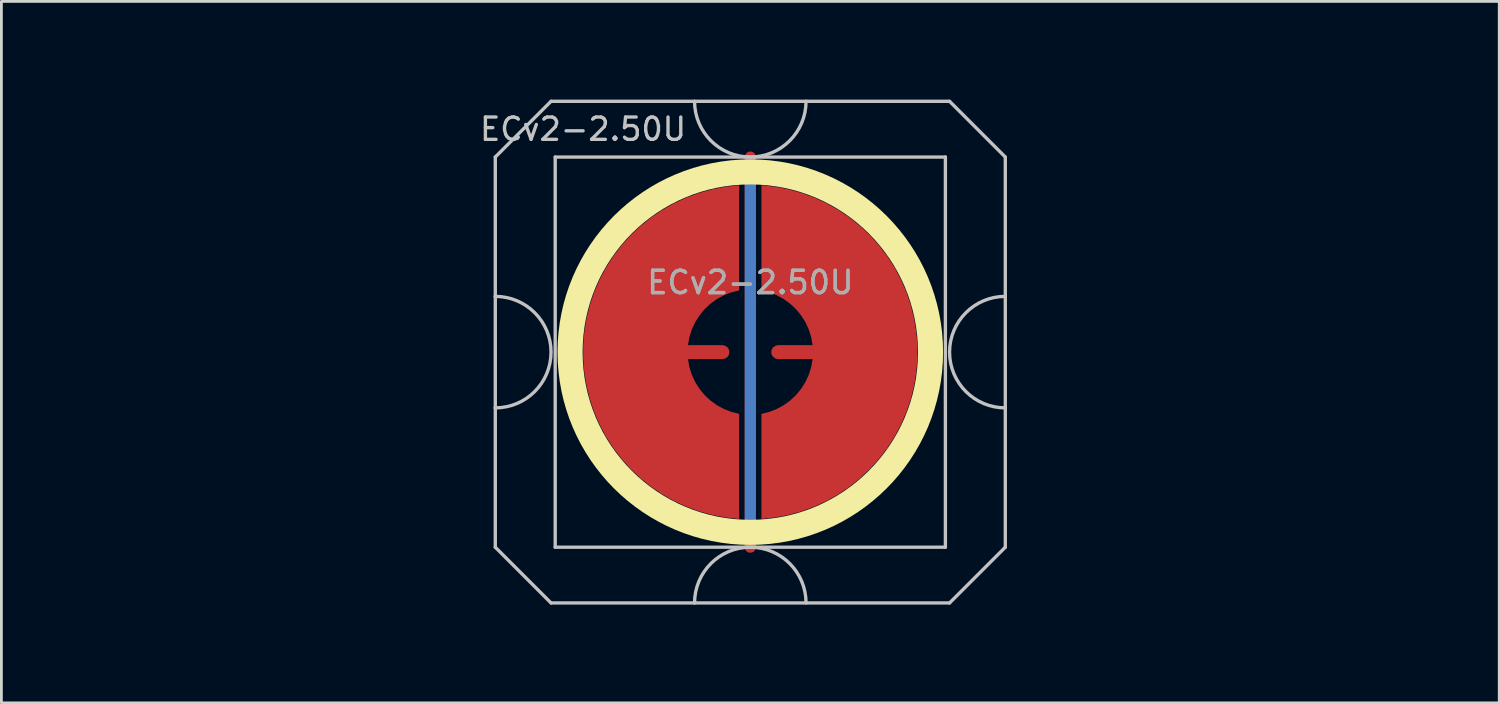
<source format=kicad_pcb>
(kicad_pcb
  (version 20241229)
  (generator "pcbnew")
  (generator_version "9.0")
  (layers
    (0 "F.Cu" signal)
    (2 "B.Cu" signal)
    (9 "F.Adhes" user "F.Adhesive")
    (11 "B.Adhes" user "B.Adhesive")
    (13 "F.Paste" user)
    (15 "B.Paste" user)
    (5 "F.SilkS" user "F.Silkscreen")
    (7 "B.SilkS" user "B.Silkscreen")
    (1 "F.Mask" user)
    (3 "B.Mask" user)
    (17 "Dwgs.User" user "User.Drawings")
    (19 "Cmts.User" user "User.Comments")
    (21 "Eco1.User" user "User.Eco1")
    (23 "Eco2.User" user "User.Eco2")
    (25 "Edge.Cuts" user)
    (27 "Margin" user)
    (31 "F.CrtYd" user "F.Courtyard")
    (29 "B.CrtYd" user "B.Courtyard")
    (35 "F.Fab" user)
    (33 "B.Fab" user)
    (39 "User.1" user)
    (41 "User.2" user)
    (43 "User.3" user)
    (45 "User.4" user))
  (footprint "ECv2-2.50U"
    (layer "F.Cu")
    (at 23.872 9.585)
    (property "Reference" "ECv2-2.50U" (at -6 -8 0) (layer "Dwgs.User") (effects (font (size 0.8 0.8) (thickness 0.12))))
    (attr smd exclude_from_pos_files exclude_from_bom)
    (fp_circle (center 0 0) (end 6.467 0) (stroke (width 0.9) (type solid)) (fill no) (layer "F.SilkS"))
    (fp_line (start -9.15 -7) (end -9.15 -2) (stroke (width 0.12) (type solid)) (layer "Dwgs.User"))
    (fp_line (start -9.15 -2) (end -9.15 2) (stroke (width 0.12) (type solid)) (layer "Dwgs.User"))
    (fp_line (start -9.15 2) (end -9.15 7) (stroke (width 0.12) (type solid)) (layer "Dwgs.User"))
    (fp_line (start -9.15 7) (end -7.15 9) (stroke (width 0.12) (type solid)) (layer "Dwgs.User"))
    (fp_line (start -7.15 -9) (end -9.15 -7) (stroke (width 0.12) (type solid)) (layer "Dwgs.User"))
    (fp_line (start -7.15 9) (end 7.15 9) (stroke (width 0.12) (type solid)) (layer "Dwgs.User"))
    (fp_line (start -7 -7) (end -7 7) (stroke (width 0.12) (type solid)) (layer "Dwgs.User"))
    (fp_line (start -7 7) (end 7 7) (stroke (width 0.12) (type solid)) (layer "Dwgs.User"))
    (fp_line (start 7 -7) (end -7 -7) (stroke (width 0.12) (type solid)) (layer "Dwgs.User"))
    (fp_line (start 7 7) (end 7 -7) (stroke (width 0.12) (type solid)) (layer "Dwgs.User"))
    (fp_line (start 7.15 -9) (end -7.15 -9) (stroke (width 0.12) (type solid)) (layer "Dwgs.User"))
    (fp_line (start 7.15 -9) (end 9.15 -7) (stroke (width 0.12) (type solid)) (layer "Dwgs.User"))
    (fp_line (start 7.15 9) (end 9.15 7) (stroke (width 0.12) (type solid)) (layer "Dwgs.User"))
    (fp_line (start 9.15 -2) (end 9.15 -7) (stroke (width 0.12) (type solid)) (layer "Dwgs.User"))
    (fp_line (start 9.15 -2) (end 9.15 2) (stroke (width 0.12) (type solid)) (layer "Dwgs.User"))
    (fp_line (start 9.15 7) (end 9.15 2) (stroke (width 0.12) (type solid)) (layer "Dwgs.User"))
    (fp_arc (start -9.15 -2) (mid -7.15 0) (end -9.15 2) (stroke (width 0.12) (type solid)) (layer "Dwgs.User"))
    (fp_arc (start -2 9) (mid 0 7) (end 2 9) (stroke (width 0.12) (type solid)) (layer "Dwgs.User"))
    (fp_arc (start 2 -9) (mid 0 -7) (end -2 -9) (stroke (width 0.12) (type solid)) (layer "Dwgs.User"))
    (fp_arc (start 9.15 2) (mid 7.15 0) (end 9.15 -2) (stroke (width 0.12) (type solid)) (layer "Dwgs.User"))
    (fp_line (start -23.812 -9.525) (end -23.812 9.525) (stroke (width 0.12) (type solid)) (layer "User.2"))
    (fp_line (start -23.812 -9.525) (end 23.812 -9.525) (stroke (width 0.12) (type solid)) (layer "User.2"))
    (fp_line (start -23.812 9.525) (end 23.812 9.525) (stroke (width 0.12) (type solid)) (layer "User.2"))
    (fp_line (start 23.812 -9.525) (end 23.812 9.525) (stroke (width 0.12) (type solid)) (layer "User.2"))
    (fp_text user "${REFERENCE}" (at 0 -2.5 0) (layer "F.Fab") (effects (font (size 0.8 0.8) (thickness 0.12))))
    (fp_text user "${REFERENCE}" (at 0 -2.5 0) (layer "F.Fab") (effects (font (size 0.8 0.8) (thickness 0.12))))
    (pad "1" smd custom (at -1 0) (size 0.4 0.4) (layers "F.Cu") (options (anchor circle)) (primitives (gr_poly (pts (xy 0.6 -2.214) (xy 0.32 -2.145) (xy 0.052 -2.041) (xy -0.201 -1.903) (xy -0.434 -1.734) (xy -0.644 -1.536) (xy -0.826 -1.314) (xy -0.979 -1.07) (xy -1.1 -0.808) (xy -1.186 -0.534) (xy -1.236 -0.25) (xy 0 -0.25) (xy 0.096 -0.231) (xy 0.177 -0.177) (xy 0.231 -0.096) (xy 0.25 0) (xy 0.231 0.096) (xy 0.177 0.177) (xy 0.096 0.231) (xy 0 0.25) (xy -1.236 0.25) (xy -1.186 0.534) (xy -1.1 0.808) (xy -0.979 1.07) (xy -0.826 1.314) (xy -0.644 1.536) (xy -0.434 1.734) (xy -0.201 1.903) (xy 0.052 2.041) (xy 0.32 2.145) (xy 0.6 2.214) (xy 0.6 5.987) (xy 0.115 5.934) (xy -0.364 5.843) (xy -0.834 5.713) (xy -1.292 5.545) (xy -1.735 5.341) (xy -2.159 5.101) (xy -2.563 4.827) (xy -2.943 4.522) (xy -3.298 4.187) (xy -3.623 3.824) (xy -3.919 3.436) (xy -4.182 3.025) (xy -4.41 2.594) (xy -4.603 2.147) (xy -4.759 1.684) (xy -4.876 1.211) (xy -4.955 0.73) (xy -4.995 0.244) (xy -4.995 -0.244) (xy -4.955 -0.73) (xy -4.876 -1.211) (xy -4.759 -1.684) (xy -4.603 -2.147) (xy -4.41 -2.594) (xy -4.182 -3.025) (xy -3.919 -3.436) (xy -3.623 -3.824) (xy -3.298 -4.187) (xy -2.943 -4.522) (xy -2.563 -4.827) (xy -2.159 -5.101) (xy -1.735 -5.341) (xy -1.292 -5.545) (xy -0.834 -5.713) (xy -0.364 -5.843) (xy 0.115 -5.934) (xy 0.6 -5.987)) (width 0) (fill yes))))
    (pad "2" smd custom (at 1 0 180) (size 0.4 0.4) (layers "F.Cu") (options (anchor circle)) (primitives (gr_poly (pts (xy 0.6 -2.214) (xy 0.32 -2.145) (xy 0.052 -2.041) (xy -0.201 -1.903) (xy -0.434 -1.734) (xy -0.644 -1.536) (xy -0.826 -1.314) (xy -0.979 -1.07) (xy -1.1 -0.808) (xy -1.186 -0.534) (xy -1.236 -0.25) (xy 0 -0.25) (xy 0.096 -0.231) (xy 0.177 -0.177) (xy 0.231 -0.096) (xy 0.25 0) (xy 0.231 0.096) (xy 0.177 0.177) (xy 0.096 0.231) (xy 0 0.25) (xy -1.236 0.25) (xy -1.186 0.534) (xy -1.1 0.808) (xy -0.979 1.07) (xy -0.826 1.314) (xy -0.644 1.536) (xy -0.434 1.734) (xy -0.201 1.903) (xy 0.052 2.041) (xy 0.32 2.145) (xy 0.6 2.214) (xy 0.6 5.987) (xy 0.115 5.934) (xy -0.364 5.843) (xy -0.834 5.713) (xy -1.292 5.545) (xy -1.735 5.341) (xy -2.159 5.101) (xy -2.563 4.827) (xy -2.943 4.522) (xy -3.298 4.187) (xy -3.623 3.824) (xy -3.919 3.436) (xy -4.182 3.025) (xy -4.41 2.594) (xy -4.603 2.147) (xy -4.759 1.684) (xy -4.876 1.211) (xy -4.955 0.73) (xy -4.995 0.244) (xy -4.995 -0.244) (xy -4.955 -0.73) (xy -4.876 -1.211) (xy -4.759 -1.684) (xy -4.603 -2.147) (xy -4.41 -2.594) (xy -4.182 -3.025) (xy -3.919 -3.436) (xy -3.623 -3.824) (xy -3.298 -4.187) (xy -2.943 -4.522) (xy -2.563 -4.827) (xy -2.159 -5.101) (xy -1.735 -5.341) (xy -1.292 -5.545) (xy -0.834 -5.713) (xy -0.364 -5.843) (xy 0.115 -5.934) (xy 0.6 -5.987)) (width 0) (fill yes))))
    (pad "3" smd custom (at 0 0) (size 0.4 0.4) (layers "F.Cu") (options (anchor rect)) (primitives (gr_line (start 0 -7) (end 0 7) (width 0.4))))
    (pad "3" smd custom (at 0 0) (size 0.4 0.4) (layers "B.Cu") (options (anchor rect)) (primitives (gr_line (start 0 -6.5) (end 0 6.5) (width 0.4))))
    (zone (net_name "") (layer "F.Cu") (hatch edge 0.508) (connect_pads) (min_thickness 0.254) (filled_areas_thickness no) (keepout (tracks allowed) (vias allowed) (pads allowed) (copperpour not_allowed) (footprints allowed)) (placement (enabled no)) (fill) (polygon (pts (xy 30.877 9.585) (xy 30.859 9.072) (xy 30.802 8.562) (xy 30.709 8.057) (xy 30.578 7.56) (xy 30.412 7.075) (xy 30.211 6.602) (xy 29.975 6.146) (xy 29.707 5.709) (xy 29.407 5.292) (xy 29.078 4.898) (xy 28.721 4.529) (xy 28.338 4.188) (xy 27.93 3.875) (xy 27.501 3.593) (xy 27.053 3.344) (xy 26.587 3.127) (xy 26.107 2.946) (xy 25.615 2.8) (xy 25.113 2.691) (xy 24.605 2.618) (xy 24.093 2.584) (xy 23.579 2.586) (xy 23.067 2.627) (xy 22.56 2.704) (xy 22.059 2.819) (xy 21.569 2.97) (xy 21.091 3.156) (xy 20.627 3.377) (xy 20.181 3.632) (xy 19.755 3.918) (xy 19.351 4.235) (xy 18.971 4.58) (xy 18.618 4.953) (xy 18.293 5.35) (xy 17.998 5.77) (xy 17.734 6.21) (xy 17.503 6.669) (xy 17.307 7.143) (xy 17.146 7.631) (xy 17.021 8.129) (xy 16.932 8.634) (xy 16.881 9.145) (xy 16.868 9.658) (xy 16.892 10.171) (xy 16.954 10.681) (xy 17.053 11.185) (xy 17.188 11.68) (xy 17.36 12.164) (xy 17.566 12.634) (xy 17.806 13.087) (xy 18.079 13.522) (xy 18.383 13.936) (xy 18.716 14.326) (xy 19.077 14.691) (xy 19.464 15.029) (xy 19.875 15.337) (xy 20.307 15.614) (xy 20.758 15.859) (xy 21.226 16.071) (xy 21.708 16.247) (xy 22.202 16.388) (xy 22.704 16.492) (xy 23.213 16.559) (xy 23.726 16.588) (xy 24.239 16.58) (xy 24.75 16.535) (xy 25.257 16.452) (xy 25.756 16.332) (xy 26.245 16.176) (xy 26.722 15.984) (xy 27.183 15.758) (xy 27.626 15.499) (xy 28.049 15.209) (xy 28.45 14.888) (xy 28.826 14.538) (xy 29.175 14.162) (xy 29.496 13.761) (xy 29.787 13.338) (xy 30.046 12.895) (xy 30.272 12.434) (xy 30.463 11.958) (xy 30.619 11.469) (xy 30.739 10.97) (xy 30.822 10.463) (xy 30.868 9.952))))
    (zone (net_name "") (layer "B.Cu") (hatch edge 0.508) (connect_pads) (min_thickness 0.254) (filled_areas_thickness no) (keepout (tracks allowed) (vias allowed) (pads allowed) (copperpour not_allowed) (footprints allowed)) (placement (enabled no)) (fill) (polygon (pts (xy 30.431 9.585) (xy 30.411 9.07) (xy 30.35 8.559) (xy 30.25 8.054) (xy 30.11 7.558) (xy 29.932 7.075) (xy 29.716 6.608) (xy 29.464 6.158) (xy 29.178 5.73) (xy 28.859 5.326) (xy 28.51 4.948) (xy 28.132 4.598) (xy 27.727 4.279) (xy 27.299 3.993) (xy 26.85 3.742) (xy 26.382 3.526) (xy 25.899 3.348) (xy 25.403 3.208) (xy 24.898 3.107) (xy 24.387 3.047) (xy 23.872 3.027) (xy 23.358 3.047) (xy 22.847 3.107) (xy 22.342 3.208) (xy 21.846 3.348) (xy 21.363 3.526) (xy 20.895 3.742) (xy 20.446 3.993) (xy 20.018 4.279) (xy 19.613 4.598) (xy 19.235 4.948) (xy 18.886 5.326) (xy 18.567 5.73) (xy 18.281 6.158) (xy 18.029 6.608) (xy 17.813 7.075) (xy 17.635 7.558) (xy 17.495 8.054) (xy 17.395 8.559) (xy 17.334 9.07) (xy 17.314 9.585) (xy 17.334 10.1) (xy 17.395 10.611) (xy 17.495 11.116) (xy 17.635 11.612) (xy 17.813 12.095) (xy 18.029 12.562) (xy 18.281 13.012) (xy 18.567 13.44) (xy 18.886 13.844) (xy 19.235 14.222) (xy 19.613 14.572) (xy 20.018 14.891) (xy 20.446 15.177) (xy 20.895 15.428) (xy 21.363 15.644) (xy 21.846 15.822) (xy 22.342 15.962) (xy 22.847 16.063) (xy 23.358 16.123) (xy 23.872 16.143) (xy 24.387 16.123) (xy 24.898 16.063) (xy 25.403 15.962) (xy 25.899 15.822) (xy 26.382 15.644) (xy 26.85 15.428) (xy 27.299 15.177) (xy 27.727 14.891) (xy 28.132 14.572) (xy 28.51 14.222) (xy 28.859 13.844) (xy 29.178 13.44) (xy 29.464 13.012) (xy 29.716 12.562) (xy 29.932 12.095) (xy 30.11 11.612) (xy 30.25 11.116) (xy 30.35 10.611) (xy 30.411 10.1)))))
  (gr_rect
    (start -3 -3)
    (end 50.745 22.17)
    (stroke (width 0.1) (type default))
    (fill no)
    (layer "Edge.Cuts")))
</source>
